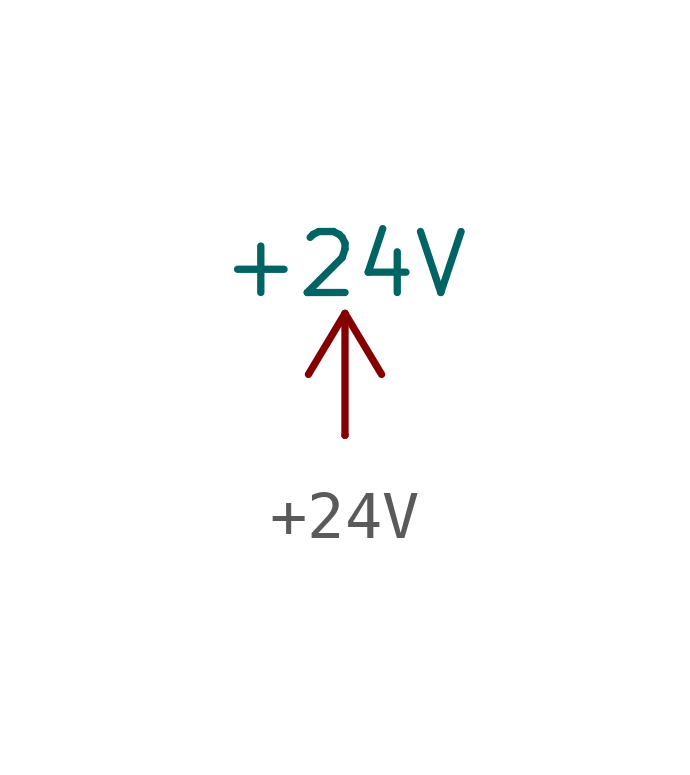
<source format=kicad_sym>
(kicad_symbol_lib
  (version 20241209)
  (generator "kicad_symbol_editor")
  (generator_version "9.0")
  (symbol "+24V"
    (power)
    (pin_numbers
      (hide yes))
    (pin_names
      (offset 0)
      (hide yes))
    (property "Reference" "#PWR"
      (at 0 -3.81 0)
      (effects (font (size 1.27 1.27)) (hide yes)))
    (property "Value" "+24V"
      (at 0 3.556 0)
      (effects (font (size 1.27 1.27))))
    (symbol "+24V_0_1"
      (polyline (pts (xy -0.762 1.27) (xy 0 2.54)) (stroke (width 0) (type default)) (fill (type none)))
      (polyline (pts (xy 0 2.54) (xy 0.762 1.27)) (stroke (width 0) (type default)) (fill (type none)))
      (polyline (pts (xy 0 0) (xy 0 2.54)) (stroke (width 0) (type default)) (fill (type none))))
    (symbol "+24V_1_1"
      (pin power_in line (at 0 0 90) (length 0) (name "~" (effects (font (size 1.27 1.27)))) (number "1" (effects (font (size 1.27 1.27))))))))
</source>
